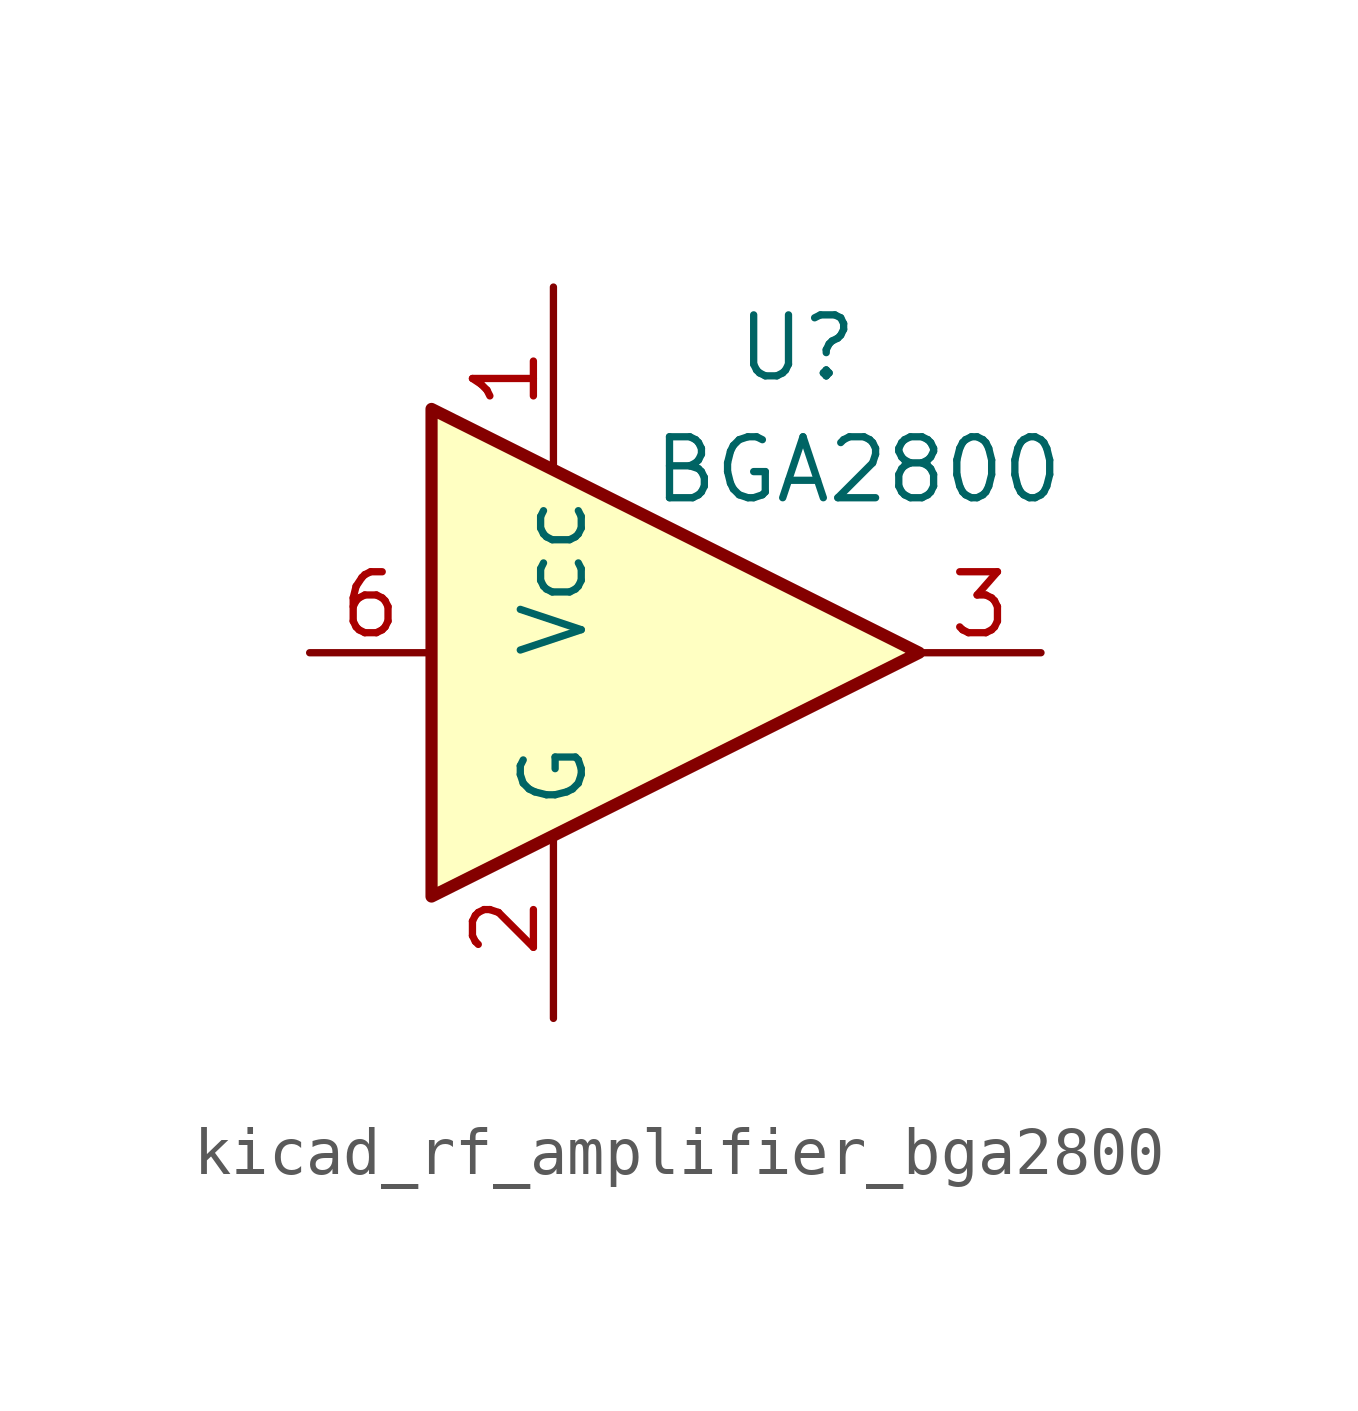
<source format=kicad_sym>
(kicad_symbol_lib
  (version 20220914)
  (generator kicad_symbol_editor)
  (symbol "kicad_rf_amplifier_bga2800"
    (property "Reference" "U"
      (at 2.54 6.35 0)
      (effects (font (size 1.27 1.27))))
    (property "Value" "BGA2800"
      (at 3.81 3.81 0)
      (effects (font (size 1.27 1.27))))
    (symbol "kicad_rf_amplifier_bga2800_0_1"
      (polyline (pts (xy 5.08 0) (xy -5.08 5.08) (xy -5.08 -5.08) (xy 5.08 0)) (stroke (width 0.254) (type default)) (fill (type background))))
    (symbol "kicad_rf_amplifier_bga2800_1_1"
      (pin power_in line (at -2.54 7.62 270) (length 3.81) (name "Vcc" (effects (font (size 1.27 1.27)))) (number "1" (effects (font (size 1.27 1.27)))))
      (pin power_in line (at -2.54 -7.62 90) (length 3.81) (name "G" (effects (font (size 1.27 1.27)))) (number "2" (effects (font (size 1.27 1.27)))))
      (pin output line (at 7.62 0 180) (length 2.54) (name "~" (effects (font (size 1.27 1.27)))) (number "3" (effects (font (size 1.27 1.27)))))
      (pin passive line (at -2.54 -7.62 90) (length 3.81) hide (name "G" (effects (font (size 1.27 1.27)))) (number "4" (effects (font (size 1.27 1.27)))))
      (pin passive line (at -2.54 -7.62 90) (length 3.81) hide (name "G" (effects (font (size 1.27 1.27)))) (number "5" (effects (font (size 1.27 1.27)))))
      (pin input line (at -7.62 0 0) (length 2.54) (name "~" (effects (font (size 1.27 1.27)))) (number "6" (effects (font (size 1.27 1.27))))))))
</source>
